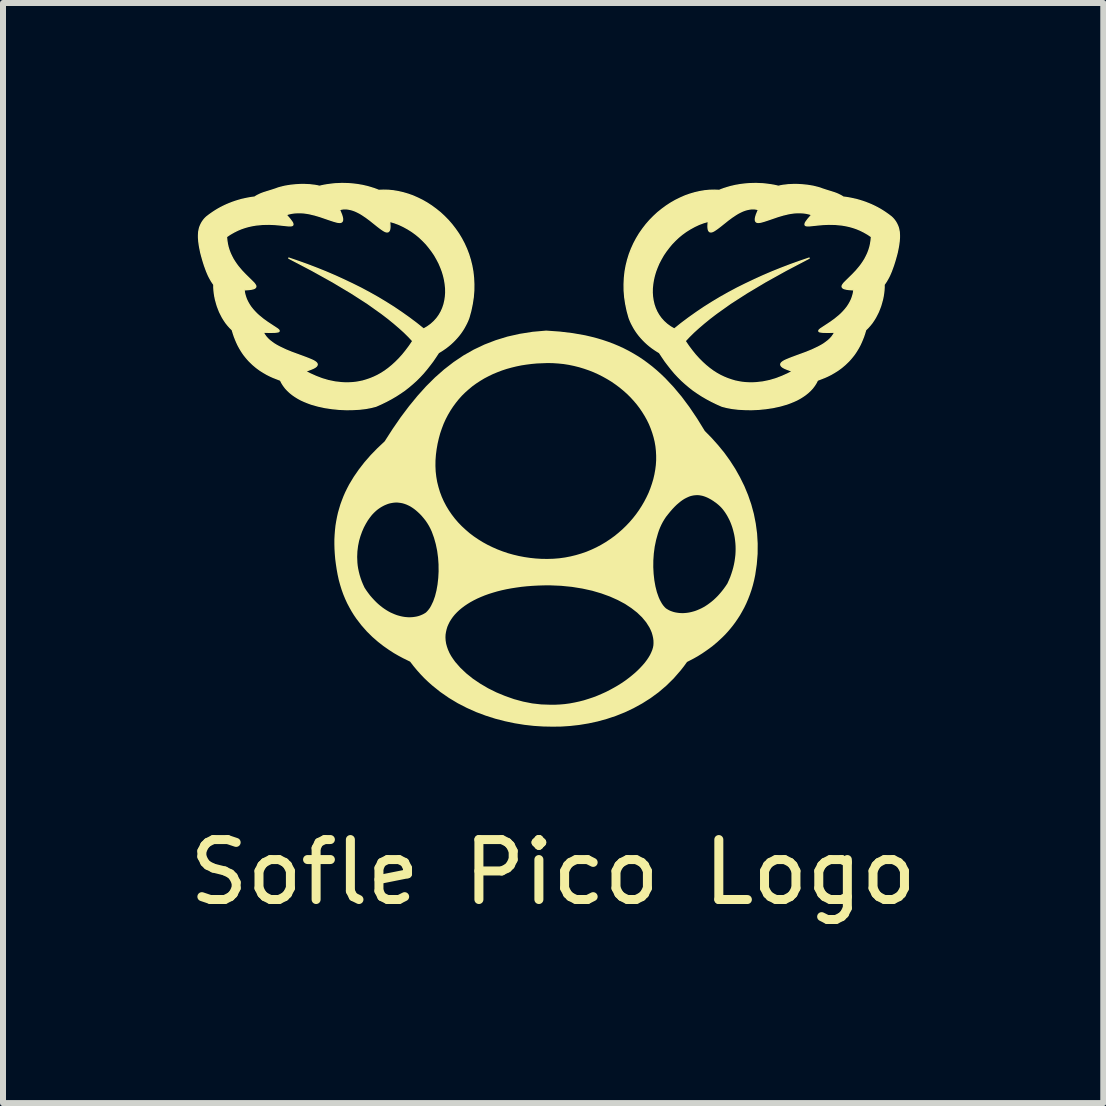
<source format=kicad_pcb>
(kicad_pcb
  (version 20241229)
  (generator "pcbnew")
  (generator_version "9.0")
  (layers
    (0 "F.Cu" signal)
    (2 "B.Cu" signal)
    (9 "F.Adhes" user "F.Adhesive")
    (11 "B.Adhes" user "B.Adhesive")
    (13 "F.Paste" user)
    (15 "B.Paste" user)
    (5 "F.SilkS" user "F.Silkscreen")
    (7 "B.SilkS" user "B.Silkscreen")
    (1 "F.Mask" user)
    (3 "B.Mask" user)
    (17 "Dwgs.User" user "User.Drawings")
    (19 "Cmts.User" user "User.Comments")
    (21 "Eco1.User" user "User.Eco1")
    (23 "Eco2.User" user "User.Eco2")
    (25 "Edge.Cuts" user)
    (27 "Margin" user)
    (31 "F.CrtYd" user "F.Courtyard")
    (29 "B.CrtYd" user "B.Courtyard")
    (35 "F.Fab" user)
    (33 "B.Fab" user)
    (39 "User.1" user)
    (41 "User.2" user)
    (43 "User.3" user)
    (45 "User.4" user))
  (footprint "Sofle Pico Logo"
    (layer "F.Cu")
    (at 6.103 4.533)
    (property "Reference" "Sofle Pico Logo" (at 0.07 6.96 0) (unlocked yes) (layer "F.SilkS") (effects (font (size 1 1) (thickness 0.15))))
    (fp_poly (pts (xy -3.387 -4.521) (xy -3.347 -4.52) (xy -3.307 -4.517) (xy -3.267 -4.514) (xy -3.228 -4.509) (xy -3.188 -4.504) (xy -3.148 -4.497) (xy -3.108 -4.49) (xy -3.069 -4.481) (xy -3.03 -4.472) (xy -2.991 -4.461) (xy -2.952 -4.449) (xy -2.914 -4.437) (xy -2.876 -4.423) (xy -2.839 -4.408) (xy -2.758 -4.411) (xy -2.676 -4.409) (xy -2.594 -4.401) (xy -2.512 -4.387) (xy -2.43 -4.368) (xy -2.348 -4.344) (xy -2.267 -4.315) (xy -2.188 -4.28) (xy -2.109 -4.241) (xy -2.032 -4.197) (xy -1.957 -4.148) (xy -1.885 -4.095) (xy -1.814 -4.038) (xy -1.747 -3.976) (xy -1.682 -3.91) (xy -1.621 -3.84) (xy -1.564 -3.766) (xy -1.51 -3.689) (xy -1.461 -3.608) (xy -1.416 -3.523) (xy -1.376 -3.435) (xy -1.341 -3.344) (xy -1.312 -3.25) (xy -1.288 -3.153) (xy -1.27 -3.053) (xy -1.259 -2.95) (xy -1.254 -2.845) (xy -1.255 -2.737) (xy -1.264 -2.627) (xy -1.281 -2.515) (xy -1.305 -2.4) (xy -1.337 -2.284) (xy -1.355 -2.238) (xy -1.375 -2.194) (xy -1.398 -2.15) (xy -1.422 -2.107) (xy -1.448 -2.066) (xy -1.476 -2.026) (xy -1.506 -1.987) (xy -1.538 -1.95) (xy -1.571 -1.914) (xy -1.606 -1.879) (xy -1.642 -1.846) (xy -1.68 -1.814) (xy -1.719 -1.784) (xy -1.759 -1.756) (xy -1.8 -1.729) (xy -1.842 -1.704) (xy -1.891 -1.63) (xy -1.94 -1.558) (xy -1.992 -1.49) (xy -2.044 -1.424) (xy -2.098 -1.36) (xy -2.155 -1.299) (xy -2.213 -1.241) (xy -2.275 -1.185) (xy -2.339 -1.131) (xy -2.405 -1.079) (xy -2.476 -1.03) (xy -2.55 -0.982) (xy -2.627 -0.937) (xy -2.709 -0.893) (xy -2.795 -0.851) (xy -2.885 -0.811) (xy -2.963 -0.791) (xy -3.053 -0.774) (xy -3.153 -0.762) (xy -3.261 -0.756) (xy -3.375 -0.754) (xy -3.494 -0.759) (xy -3.615 -0.771) (xy -3.736 -0.789) (xy -3.855 -0.815) (xy -3.97 -0.848) (xy -4.026 -0.869) (xy -4.08 -0.891) (xy -4.133 -0.915) (xy -4.183 -0.942) (xy -4.23 -0.971) (xy -4.275 -1.002) (xy -4.317 -1.036) (xy -4.356 -1.072) (xy -4.392 -1.111) (xy -4.424 -1.153) (xy -4.452 -1.197) (xy -4.476 -1.244) (xy -4.551 -1.273) (xy -4.597 -1.291) (xy -4.648 -1.314) (xy -4.702 -1.341) (xy -4.759 -1.374) (xy -4.818 -1.411) (xy -4.878 -1.455) (xy -4.937 -1.505) (xy -4.996 -1.562) (xy -5.025 -1.594) (xy -5.053 -1.627) (xy -5.081 -1.662) (xy -5.108 -1.7) (xy -5.133 -1.739) (xy -5.158 -1.781) (xy -5.182 -1.825) (xy -5.204 -1.872) (xy -5.225 -1.921) (xy -5.245 -1.972) (xy -5.263 -2.026) (xy -5.28 -2.083) (xy -5.316 -2.118) (xy -5.351 -2.157) (xy -5.384 -2.198) (xy -5.414 -2.242) (xy -5.442 -2.287) (xy -5.467 -2.335) (xy -5.491 -2.383) (xy -5.511 -2.433) (xy -5.53 -2.484) (xy -5.545 -2.536) (xy -5.559 -2.587) (xy -5.57 -2.639) (xy -5.578 -2.69) (xy -5.584 -2.74) (xy -5.587 -2.79) (xy -5.587 -2.838) (xy -5.607 -2.866) (xy -5.626 -2.895) (xy -5.644 -2.926) (xy -5.661 -2.957) (xy -5.677 -2.989) (xy -5.692 -3.023) (xy -5.706 -3.056) (xy -5.719 -3.091) (xy -5.744 -3.16) (xy -5.766 -3.23) (xy -5.786 -3.3) (xy -5.804 -3.367) (xy -5.812 -3.406) (xy -5.82 -3.445) (xy -5.827 -3.484) (xy -5.833 -3.524) (xy -5.838 -3.563) (xy -5.839 -3.583) (xy -5.841 -3.603) (xy -5.842 -3.623) (xy -5.842 -3.636) (xy -5.378 -3.636) (xy -5.372 -3.575) (xy -5.363 -3.516) (xy -5.35 -3.46) (xy -5.333 -3.406) (xy -5.313 -3.355) (xy -5.29 -3.307) (xy -5.266 -3.261) (xy -5.239 -3.218) (xy -5.211 -3.177) (xy -5.182 -3.138) (xy -5.122 -3.067) (xy -5.063 -3.005) (xy -5.008 -2.951) (xy -4.96 -2.904) (xy -4.921 -2.865) (xy -4.907 -2.847) (xy -4.897 -2.832) (xy -4.89 -2.818) (xy -4.888 -2.805) (xy -4.892 -2.794) (xy -4.9 -2.784) (xy -4.914 -2.775) (xy -4.934 -2.768) (xy -4.961 -2.762) (xy -4.995 -2.757) (xy -5.085 -2.75) (xy -5.077 -2.696) (xy -5.063 -2.644) (xy -5.046 -2.595) (xy -5.024 -2.549) (xy -4.999 -2.505) (xy -4.971 -2.463) (xy -4.94 -2.424) (xy -4.907 -2.387) (xy -4.873 -2.352) (xy -4.838 -2.32) (xy -4.766 -2.261) (xy -4.695 -2.21) (xy -4.63 -2.167) (xy -4.531 -2.102) (xy -4.515 -2.089) (xy -4.505 -2.079) (xy -4.5 -2.07) (xy -4.5 -2.062) (xy -4.506 -2.055) (xy -4.52 -2.05) (xy -4.54 -2.047) (xy -4.568 -2.044) (xy -4.649 -2.042) (xy -4.766 -2.045) (xy -4.746 -2.007) (xy -4.721 -1.971) (xy -4.691 -1.937) (xy -4.657 -1.905) (xy -4.618 -1.875) (xy -4.577 -1.846) (xy -4.533 -1.82) (xy -4.486 -1.795) (xy -4.389 -1.749) (xy -4.289 -1.708) (xy -4.098 -1.638) (xy -4.016 -1.607) (xy -3.947 -1.578) (xy -3.919 -1.564) (xy -3.897 -1.55) (xy -3.88 -1.536) (xy -3.869 -1.522) (xy -3.865 -1.508) (xy -3.868 -1.493) (xy -3.878 -1.478) (xy -3.897 -1.462) (xy -3.925 -1.446) (xy -3.962 -1.43) (xy -4.009 -1.412) (xy -4.066 -1.393) (xy -3.978 -1.348) (xy -3.884 -1.306) (xy -3.785 -1.268) (xy -3.68 -1.237) (xy -3.57 -1.214) (xy -3.457 -1.201) (xy -3.399 -1.198) (xy -3.34 -1.198) (xy -3.281 -1.201) (xy -3.222 -1.207) (xy -3.162 -1.217) (xy -3.101 -1.23) (xy -3.041 -1.248) (xy -2.98 -1.269) (xy -2.919 -1.294) (xy -2.858 -1.323) (xy -2.797 -1.357) (xy -2.736 -1.396) (xy -2.676 -1.44) (xy -2.616 -1.489) (xy -2.557 -1.543) (xy -2.498 -1.602) (xy -2.439 -1.667) (xy -2.382 -1.738) (xy -2.325 -1.814) (xy -2.269 -1.897) (xy -2.337 -1.97) (xy -2.412 -2.044) (xy -2.495 -2.119) (xy -2.585 -2.196) (xy -2.682 -2.275) (xy -2.788 -2.356) (xy -3.024 -2.524) (xy -3.296 -2.699) (xy -3.604 -2.883) (xy -3.951 -3.076) (xy -4.338 -3.279) (xy -4.18 -3.225) (xy -4.024 -3.169) (xy -3.87 -3.11) (xy -3.718 -3.049) (xy -3.569 -2.985) (xy -3.422 -2.918) (xy -3.277 -2.849) (xy -3.134 -2.778) (xy -2.994 -2.703) (xy -2.857 -2.626) (xy -2.722 -2.545) (xy -2.59 -2.462) (xy -2.461 -2.375) (xy -2.334 -2.285) (xy -2.211 -2.193) (xy -2.09 -2.096) (xy -2.025 -2.134) (xy -1.967 -2.176) (xy -1.915 -2.223) (xy -1.87 -2.273) (xy -1.831 -2.327) (xy -1.798 -2.384) (xy -1.771 -2.444) (xy -1.75 -2.506) (xy -1.735 -2.57) (xy -1.725 -2.636) (xy -1.72 -2.704) (xy -1.721 -2.773) (xy -1.728 -2.843) (xy -1.739 -2.913) (xy -1.755 -2.983) (xy -1.776 -3.054) (xy -1.802 -3.123) (xy -1.832 -3.193) (xy -1.867 -3.26) (xy -1.905 -3.327) (xy -1.949 -3.392) (xy -1.996 -3.454) (xy -2.046 -3.515) (xy -2.101 -3.572) (xy -2.159 -3.627) (xy -2.221 -3.678) (xy -2.286 -3.725) (xy -2.355 -3.768) (xy -2.426 -3.807) (xy -2.5 -3.842) (xy -2.578 -3.871) (xy -2.658 -3.894) (xy -2.654 -3.851) (xy -2.652 -3.814) (xy -2.653 -3.784) (xy -2.657 -3.759) (xy -2.663 -3.741) (xy -2.672 -3.728) (xy -2.682 -3.72) (xy -2.695 -3.717) (xy -2.71 -3.718) (xy -2.727 -3.723) (xy -2.746 -3.732) (xy -2.766 -3.744) (xy -2.812 -3.776) (xy -2.864 -3.816) (xy -2.984 -3.912) (xy -3.05 -3.961) (xy -3.119 -4.007) (xy -3.154 -4.028) (xy -3.191 -4.047) (xy -3.227 -4.064) (xy -3.264 -4.078) (xy -3.301 -4.089) (xy -3.339 -4.097) (xy -3.376 -4.102) (xy -3.414 -4.102) (xy -3.424 -4.102) (xy -3.434 -4.101) (xy -3.444 -4.099) (xy -3.454 -4.098) (xy -3.464 -4.096) (xy -3.474 -4.093) (xy -3.484 -4.091) (xy -3.494 -4.088) (xy -3.459 -4.003) (xy -3.449 -3.97) (xy -3.443 -3.943) (xy -3.442 -3.92) (xy -3.444 -3.903) (xy -3.451 -3.89) (xy -3.461 -3.881) (xy -3.475 -3.876) (xy -3.493 -3.875) (xy -3.514 -3.877) (xy -3.537 -3.881) (xy -3.593 -3.897) (xy -3.66 -3.919) (xy -3.817 -3.973) (xy -3.905 -3.999) (xy -3.997 -4.021) (xy -4.045 -4.029) (xy -4.093 -4.035) (xy -4.142 -4.038) (xy -4.19 -4.038) (xy -4.239 -4.035) (xy -4.288 -4.029) (xy -4.336 -4.018) (xy -4.384 -4.004) (xy -4.322 -3.932) (xy -4.284 -3.881) (xy -4.274 -3.862) (xy -4.27 -3.846) (xy -4.27 -3.835) (xy -4.276 -3.827) (xy -4.287 -3.821) (xy -4.303 -3.819) (xy -4.347 -3.819) (xy -4.482 -3.833) (xy -4.569 -3.841) (xy -4.666 -3.845) (xy -4.773 -3.843) (xy -4.887 -3.832) (xy -4.946 -3.822) (xy -5.006 -3.809) (xy -5.067 -3.792) (xy -5.129 -3.771) (xy -5.191 -3.745) (xy -5.253 -3.714) (xy -5.316 -3.678) (xy -5.378 -3.636) (xy -5.842 -3.636) (xy -5.842 -3.643) (xy -5.842 -3.663) (xy -5.841 -3.683) (xy -5.84 -3.703) (xy -5.838 -3.723) (xy -5.834 -3.743) (xy -5.83 -3.763) (xy -5.825 -3.783) (xy -5.819 -3.802) (xy -5.811 -3.821) (xy -5.803 -3.839) (xy -5.794 -3.857) (xy -5.784 -3.875) (xy -5.773 -3.892) (xy -5.761 -3.909) (xy -5.749 -3.924) (xy -5.735 -3.94) (xy -5.721 -3.954) (xy -5.706 -3.968) (xy -5.663 -4.001) (xy -5.618 -4.033) (xy -5.573 -4.063) (xy -5.526 -4.092) (xy -5.478 -4.119) (xy -5.429 -4.144) (xy -5.38 -4.167) (xy -5.33 -4.188) (xy -5.279 -4.208) (xy -5.227 -4.226) (xy -5.175 -4.242) (xy -5.122 -4.257) (xy -5.068 -4.269) (xy -5.015 -4.28) (xy -4.961 -4.289) (xy -4.907 -4.296) (xy -4.885 -4.31) (xy -4.863 -4.323) (xy -4.84 -4.334) (xy -4.818 -4.345) (xy -4.794 -4.355) (xy -4.771 -4.364) (xy -4.722 -4.38) (xy -4.622 -4.411) (xy -4.57 -4.428) (xy -4.544 -4.437) (xy -4.518 -4.447) (xy -4.479 -4.458) (xy -4.439 -4.468) (xy -4.397 -4.478) (xy -4.354 -4.485) (xy -4.31 -4.492) (xy -4.265 -4.497) (xy -4.219 -4.501) (xy -4.173 -4.504) (xy -4.128 -4.506) (xy -4.082 -4.506) (xy -4.037 -4.504) (xy -3.992 -4.502) (xy -3.949 -4.497) (xy -3.906 -4.492) (xy -3.865 -4.485) (xy -3.826 -4.476) (xy -3.783 -4.486) (xy -3.74 -4.495) (xy -3.696 -4.502) (xy -3.651 -4.508) (xy -3.606 -4.514) (xy -3.56 -4.518) (xy -3.513 -4.52) (xy -3.466 -4.522) (xy -3.427 -4.522)) (stroke (width 0.023) (type solid)) (fill yes) (layer "F.SilkS"))
    (fp_poly (pts (xy 3.466 -4.522) (xy 3.513 -4.52) (xy 3.56 -4.518) (xy 3.606 -4.514) (xy 3.651 -4.508) (xy 3.696 -4.502) (xy 3.74 -4.495) (xy 3.783 -4.486) (xy 3.826 -4.476) (xy 3.865 -4.485) (xy 3.906 -4.492) (xy 3.949 -4.497) (xy 3.992 -4.502) (xy 4.037 -4.504) (xy 4.082 -4.506) (xy 4.128 -4.506) (xy 4.173 -4.504) (xy 4.219 -4.501) (xy 4.265 -4.497) (xy 4.31 -4.492) (xy 4.354 -4.485) (xy 4.397 -4.478) (xy 4.439 -4.468) (xy 4.479 -4.458) (xy 4.518 -4.447) (xy 4.544 -4.437) (xy 4.57 -4.428) (xy 4.622 -4.411) (xy 4.722 -4.38) (xy 4.771 -4.364) (xy 4.794 -4.355) (xy 4.818 -4.345) (xy 4.84 -4.334) (xy 4.863 -4.323) (xy 4.885 -4.31) (xy 4.907 -4.296) (xy 4.961 -4.289) (xy 5.015 -4.28) (xy 5.068 -4.269) (xy 5.122 -4.257) (xy 5.175 -4.242) (xy 5.227 -4.226) (xy 5.279 -4.208) (xy 5.33 -4.188) (xy 5.38 -4.167) (xy 5.429 -4.144) (xy 5.478 -4.119) (xy 5.526 -4.092) (xy 5.573 -4.063) (xy 5.618 -4.033) (xy 5.663 -4.001) (xy 5.706 -3.968) (xy 5.721 -3.954) (xy 5.735 -3.94) (xy 5.749 -3.924) (xy 5.761 -3.909) (xy 5.773 -3.892) (xy 5.784 -3.875) (xy 5.794 -3.857) (xy 5.803 -3.839) (xy 5.811 -3.821) (xy 5.819 -3.802) (xy 5.825 -3.783) (xy 5.83 -3.763) (xy 5.834 -3.743) (xy 5.838 -3.723) (xy 5.84 -3.703) (xy 5.841 -3.683) (xy 5.842 -3.663) (xy 5.842 -3.643) (xy 5.842 -3.623) (xy 5.841 -3.603) (xy 5.839 -3.583) (xy 5.838 -3.563) (xy 5.833 -3.524) (xy 5.827 -3.484) (xy 5.82 -3.445) (xy 5.812 -3.406) (xy 5.804 -3.367) (xy 5.786 -3.3) (xy 5.766 -3.23) (xy 5.744 -3.16) (xy 5.719 -3.091) (xy 5.706 -3.056) (xy 5.692 -3.023) (xy 5.677 -2.989) (xy 5.661 -2.957) (xy 5.644 -2.926) (xy 5.626 -2.895) (xy 5.607 -2.866) (xy 5.587 -2.838) (xy 5.587 -2.79) (xy 5.584 -2.74) (xy 5.578 -2.69) (xy 5.57 -2.639) (xy 5.559 -2.587) (xy 5.545 -2.536) (xy 5.53 -2.484) (xy 5.511 -2.433) (xy 5.491 -2.383) (xy 5.467 -2.335) (xy 5.442 -2.287) (xy 5.414 -2.242) (xy 5.384 -2.198) (xy 5.351 -2.157) (xy 5.316 -2.118) (xy 5.28 -2.083) (xy 5.263 -2.026) (xy 5.245 -1.972) (xy 5.225 -1.921) (xy 5.204 -1.872) (xy 5.182 -1.825) (xy 5.158 -1.781) (xy 5.133 -1.739) (xy 5.108 -1.7) (xy 5.081 -1.662) (xy 5.053 -1.627) (xy 5.025 -1.594) (xy 4.996 -1.562) (xy 4.937 -1.505) (xy 4.878 -1.455) (xy 4.818 -1.411) (xy 4.759 -1.374) (xy 4.702 -1.341) (xy 4.648 -1.314) (xy 4.597 -1.291) (xy 4.551 -1.273) (xy 4.476 -1.244) (xy 4.452 -1.197) (xy 4.424 -1.153) (xy 4.392 -1.111) (xy 4.356 -1.072) (xy 4.317 -1.036) (xy 4.275 -1.002) (xy 4.23 -0.971) (xy 4.183 -0.942) (xy 4.133 -0.915) (xy 4.08 -0.891) (xy 4.026 -0.869) (xy 3.97 -0.848) (xy 3.855 -0.815) (xy 3.736 -0.789) (xy 3.615 -0.771) (xy 3.494 -0.759) (xy 3.375 -0.754) (xy 3.261 -0.756) (xy 3.153 -0.762) (xy 3.053 -0.774) (xy 2.963 -0.791) (xy 2.885 -0.811) (xy 2.795 -0.851) (xy 2.709 -0.893) (xy 2.627 -0.937) (xy 2.55 -0.982) (xy 2.476 -1.03) (xy 2.405 -1.079) (xy 2.339 -1.131) (xy 2.275 -1.185) (xy 2.213 -1.241) (xy 2.155 -1.299) (xy 2.098 -1.36) (xy 2.044 -1.424) (xy 1.992 -1.49) (xy 1.94 -1.558) (xy 1.891 -1.63) (xy 1.842 -1.704) (xy 1.8 -1.729) (xy 1.759 -1.756) (xy 1.719 -1.784) (xy 1.68 -1.814) (xy 1.642 -1.846) (xy 1.606 -1.879) (xy 1.571 -1.914) (xy 1.538 -1.95) (xy 1.506 -1.987) (xy 1.476 -2.026) (xy 1.448 -2.066) (xy 1.422 -2.107) (xy 1.398 -2.15) (xy 1.375 -2.194) (xy 1.355 -2.238) (xy 1.337 -2.284) (xy 1.305 -2.4) (xy 1.281 -2.515) (xy 1.264 -2.627) (xy 1.258 -2.704) (xy 1.72 -2.704) (xy 1.725 -2.636) (xy 1.735 -2.57) (xy 1.75 -2.506) (xy 1.771 -2.444) (xy 1.798 -2.384) (xy 1.831 -2.327) (xy 1.87 -2.273) (xy 1.915 -2.223) (xy 1.967 -2.176) (xy 2.025 -2.134) (xy 2.09 -2.096) (xy 2.211 -2.193) (xy 2.334 -2.285) (xy 2.461 -2.375) (xy 2.59 -2.462) (xy 2.722 -2.545) (xy 2.857 -2.626) (xy 2.994 -2.703) (xy 3.134 -2.778) (xy 3.277 -2.849) (xy 3.422 -2.918) (xy 3.569 -2.985) (xy 3.718 -3.049) (xy 3.87 -3.11) (xy 4.024 -3.169) (xy 4.18 -3.225) (xy 4.338 -3.279) (xy 3.951 -3.076) (xy 3.604 -2.883) (xy 3.296 -2.699) (xy 3.024 -2.524) (xy 2.788 -2.356) (xy 2.682 -2.275) (xy 2.585 -2.196) (xy 2.495 -2.119) (xy 2.412 -2.044) (xy 2.337 -1.97) (xy 2.269 -1.897) (xy 2.325 -1.814) (xy 2.382 -1.738) (xy 2.439 -1.667) (xy 2.498 -1.602) (xy 2.557 -1.543) (xy 2.616 -1.489) (xy 2.676 -1.44) (xy 2.736 -1.396) (xy 2.797 -1.357) (xy 2.858 -1.323) (xy 2.919 -1.294) (xy 2.98 -1.269) (xy 3.041 -1.248) (xy 3.101 -1.23) (xy 3.162 -1.217) (xy 3.222 -1.207) (xy 3.281 -1.201) (xy 3.34 -1.198) (xy 3.399 -1.198) (xy 3.457 -1.201) (xy 3.57 -1.214) (xy 3.68 -1.237) (xy 3.785 -1.268) (xy 3.884 -1.306) (xy 3.978 -1.348) (xy 4.066 -1.393) (xy 4.009 -1.412) (xy 3.962 -1.43) (xy 3.925 -1.446) (xy 3.897 -1.462) (xy 3.878 -1.478) (xy 3.868 -1.493) (xy 3.865 -1.508) (xy 3.869 -1.522) (xy 3.88 -1.536) (xy 3.897 -1.55) (xy 3.919 -1.564) (xy 3.947 -1.578) (xy 4.016 -1.607) (xy 4.098 -1.638) (xy 4.289 -1.708) (xy 4.389 -1.749) (xy 4.486 -1.795) (xy 4.533 -1.82) (xy 4.577 -1.846) (xy 4.618 -1.875) (xy 4.657 -1.905) (xy 4.691 -1.937) (xy 4.721 -1.971) (xy 4.746 -2.007) (xy 4.766 -2.045) (xy 4.649 -2.042) (xy 4.568 -2.044) (xy 4.54 -2.047) (xy 4.52 -2.05) (xy 4.506 -2.055) (xy 4.5 -2.062) (xy 4.5 -2.07) (xy 4.505 -2.079) (xy 4.515 -2.089) (xy 4.531 -2.102) (xy 4.63 -2.167) (xy 4.695 -2.21) (xy 4.766 -2.261) (xy 4.838 -2.32) (xy 4.873 -2.352) (xy 4.907 -2.387) (xy 4.94 -2.424) (xy 4.971 -2.463) (xy 4.999 -2.505) (xy 5.024 -2.549) (xy 5.046 -2.595) (xy 5.063 -2.644) (xy 5.077 -2.696) (xy 5.085 -2.75) (xy 4.995 -2.757) (xy 4.961 -2.762) (xy 4.934 -2.768) (xy 4.914 -2.775) (xy 4.9 -2.784) (xy 4.892 -2.794) (xy 4.888 -2.805) (xy 4.89 -2.818) (xy 4.897 -2.832) (xy 4.907 -2.847) (xy 4.921 -2.865) (xy 4.96 -2.904) (xy 5.008 -2.951) (xy 5.063 -3.005) (xy 5.122 -3.067) (xy 5.182 -3.138) (xy 5.211 -3.177) (xy 5.239 -3.218) (xy 5.266 -3.261) (xy 5.29 -3.307) (xy 5.313 -3.355) (xy 5.333 -3.406) (xy 5.35 -3.46) (xy 5.363 -3.516) (xy 5.372 -3.575) (xy 5.378 -3.636) (xy 5.316 -3.678) (xy 5.253 -3.714) (xy 5.191 -3.745) (xy 5.129 -3.771) (xy 5.067 -3.792) (xy 5.006 -3.809) (xy 4.946 -3.822) (xy 4.887 -3.832) (xy 4.773 -3.843) (xy 4.666 -3.845) (xy 4.569 -3.841) (xy 4.482 -3.833) (xy 4.347 -3.819) (xy 4.303 -3.819) (xy 4.287 -3.821) (xy 4.276 -3.827) (xy 4.27 -3.835) (xy 4.27 -3.846) (xy 4.274 -3.862) (xy 4.284 -3.881) (xy 4.322 -3.932) (xy 4.384 -4.004) (xy 4.336 -4.018) (xy 4.288 -4.029) (xy 4.239 -4.035) (xy 4.19 -4.038) (xy 4.142 -4.038) (xy 4.093 -4.035) (xy 4.045 -4.029) (xy 3.997 -4.021) (xy 3.905 -3.999) (xy 3.817 -3.973) (xy 3.66 -3.919) (xy 3.593 -3.897) (xy 3.537 -3.881) (xy 3.514 -3.877) (xy 3.493 -3.875) (xy 3.475 -3.876) (xy 3.461 -3.881) (xy 3.451 -3.89) (xy 3.444 -3.903) (xy 3.442 -3.92) (xy 3.443 -3.943) (xy 3.449 -3.97) (xy 3.459 -4.003) (xy 3.494 -4.088) (xy 3.484 -4.091) (xy 3.474 -4.093) (xy 3.464 -4.096) (xy 3.454 -4.098) (xy 3.444 -4.099) (xy 3.434 -4.101) (xy 3.424 -4.102) (xy 3.414 -4.102) (xy 3.376 -4.102) (xy 3.339 -4.097) (xy 3.301 -4.089) (xy 3.264 -4.078) (xy 3.227 -4.064) (xy 3.191 -4.047) (xy 3.154 -4.028) (xy 3.119 -4.007) (xy 3.05 -3.961) (xy 2.984 -3.912) (xy 2.864 -3.816) (xy 2.812 -3.776) (xy 2.766 -3.744) (xy 2.746 -3.732) (xy 2.727 -3.723) (xy 2.71 -3.718) (xy 2.695 -3.717) (xy 2.682 -3.72) (xy 2.672 -3.728) (xy 2.663 -3.741) (xy 2.657 -3.759) (xy 2.653 -3.784) (xy 2.652 -3.814) (xy 2.654 -3.851) (xy 2.658 -3.894) (xy 2.578 -3.871) (xy 2.5 -3.842) (xy 2.426 -3.807) (xy 2.355 -3.768) (xy 2.286 -3.725) (xy 2.221 -3.678) (xy 2.159 -3.627) (xy 2.101 -3.572) (xy 2.046 -3.515) (xy 1.996 -3.454) (xy 1.949 -3.392) (xy 1.905 -3.327) (xy 1.867 -3.26) (xy 1.832 -3.193) (xy 1.802 -3.123) (xy 1.776 -3.054) (xy 1.755 -2.983) (xy 1.739 -2.913) (xy 1.728 -2.843) (xy 1.721 -2.773) (xy 1.72 -2.704) (xy 1.258 -2.704) (xy 1.255 -2.737) (xy 1.254 -2.845) (xy 1.259 -2.95) (xy 1.27 -3.053) (xy 1.288 -3.153) (xy 1.312 -3.25) (xy 1.341 -3.344) (xy 1.376 -3.435) (xy 1.416 -3.523) (xy 1.461 -3.608) (xy 1.51 -3.689) (xy 1.564 -3.766) (xy 1.621 -3.84) (xy 1.682 -3.91) (xy 1.747 -3.976) (xy 1.814 -4.038) (xy 1.885 -4.095) (xy 1.957 -4.148) (xy 2.032 -4.197) (xy 2.109 -4.241) (xy 2.188 -4.28) (xy 2.267 -4.315) (xy 2.348 -4.344) (xy 2.43 -4.368) (xy 2.512 -4.387) (xy 2.594 -4.401) (xy 2.676 -4.409) (xy 2.758 -4.411) (xy 2.839 -4.408) (xy 2.876 -4.423) (xy 2.914 -4.437) (xy 2.952 -4.449) (xy 2.991 -4.461) (xy 3.03 -4.472) (xy 3.069 -4.481) (xy 3.108 -4.49) (xy 3.148 -4.497) (xy 3.188 -4.504) (xy 3.228 -4.509) (xy 3.267 -4.514) (xy 3.307 -4.517) (xy 3.347 -4.52) (xy 3.387 -4.521) (xy 3.427 -4.522)) (stroke (width 0.023) (type solid)) (fill yes) (layer "F.SilkS"))
    (fp_poly (pts (xy -0.047 -2.071) (xy 0.18 -2.055) (xy 0.396 -2.029) (xy 0.601 -1.993) (xy 0.7 -1.97) (xy 0.797 -1.945) (xy 0.891 -1.917) (xy 0.983 -1.886) (xy 1.072 -1.853) (xy 1.16 -1.816) (xy 1.245 -1.777) (xy 1.329 -1.734) (xy 1.411 -1.688) (xy 1.491 -1.64) (xy 1.569 -1.588) (xy 1.646 -1.532) (xy 1.721 -1.474) (xy 1.795 -1.412) (xy 1.867 -1.347) (xy 1.938 -1.279) (xy 2.077 -1.131) (xy 2.212 -0.97) (xy 2.343 -0.794) (xy 2.471 -0.604) (xy 2.598 -0.398) (xy 2.712 -0.282) (xy 2.821 -0.16) (xy 2.924 -0.034) (xy 3.019 0.098) (xy 3.107 0.235) (xy 3.186 0.376) (xy 3.258 0.522) (xy 3.32 0.672) (xy 3.373 0.826) (xy 3.416 0.984) (xy 3.448 1.146) (xy 3.47 1.311) (xy 3.48 1.479) (xy 3.479 1.651) (xy 3.465 1.825) (xy 3.439 2.003) (xy 3.421 2.09) (xy 3.4 2.174) (xy 3.376 2.255) (xy 3.349 2.333) (xy 3.32 2.408) (xy 3.289 2.48) (xy 3.256 2.548) (xy 3.22 2.614) (xy 3.184 2.677) (xy 3.145 2.737) (xy 3.106 2.794) (xy 3.065 2.849) (xy 3.023 2.901) (xy 2.981 2.95) (xy 2.938 2.997) (xy 2.894 3.041) (xy 2.807 3.122) (xy 2.721 3.194) (xy 2.636 3.256) (xy 2.556 3.311) (xy 2.481 3.358) (xy 2.412 3.397) (xy 2.302 3.454) (xy 2.249 3.527) (xy 2.194 3.597) (xy 2.079 3.729) (xy 1.957 3.849) (xy 1.828 3.959) (xy 1.693 4.058) (xy 1.554 4.146) (xy 1.41 4.225) (xy 1.264 4.294) (xy 1.114 4.354) (xy 0.963 4.404) (xy 0.811 4.446) (xy 0.658 4.479) (xy 0.506 4.504) (xy 0.355 4.521) (xy 0.206 4.531) (xy 0.06 4.533) (xy -0.094 4.53) (xy -0.251 4.52) (xy -0.411 4.502) (xy -0.572 4.476) (xy -0.733 4.442) (xy -0.895 4.4) (xy -1.055 4.349) (xy -1.213 4.29) (xy -1.369 4.22) (xy -1.521 4.142) (xy -1.669 4.053) (xy -1.812 3.954) (xy -1.949 3.844) (xy -2.015 3.785) (xy -2.079 3.724) (xy -2.141 3.659) (xy -2.201 3.592) (xy -2.259 3.522) (xy -2.315 3.449) (xy -2.433 3.391) (xy -2.506 3.352) (xy -2.586 3.306) (xy -2.671 3.251) (xy -2.761 3.188) (xy -2.852 3.117) (xy -2.937 3.043) (xy -1.726 3.043) (xy -1.723 3.095) (xy -1.715 3.147) (xy -1.701 3.199) (xy -1.683 3.25) (xy -1.66 3.302) (xy -1.632 3.353) (xy -1.599 3.403) (xy -1.563 3.453) (xy -1.478 3.55) (xy -1.379 3.644) (xy -1.268 3.733) (xy -1.145 3.816) (xy -1.014 3.893) (xy -0.875 3.962) (xy -0.73 4.022) (xy -0.582 4.074) (xy -0.431 4.115) (xy -0.279 4.145) (xy -0.128 4.162) (xy 0.02 4.167) (xy 0.102 4.167) (xy 0.184 4.163) (xy 0.265 4.156) (xy 0.346 4.145) (xy 0.426 4.13) (xy 0.505 4.113) (xy 0.583 4.093) (xy 0.659 4.069) (xy 0.735 4.044) (xy 0.808 4.016) (xy 0.88 3.985) (xy 0.951 3.953) (xy 1.019 3.918) (xy 1.085 3.882) (xy 1.149 3.845) (xy 1.211 3.806) (xy 1.27 3.766) (xy 1.326 3.724) (xy 1.379 3.682) (xy 1.429 3.64) (xy 1.477 3.596) (xy 1.52 3.553) (xy 1.561 3.509) (xy 1.598 3.466) (xy 1.631 3.422) (xy 1.66 3.379) (xy 1.685 3.337) (xy 1.705 3.295) (xy 1.722 3.254) (xy 1.734 3.214) (xy 1.741 3.176) (xy 1.743 3.139) (xy 1.742 3.095) (xy 1.736 3.051) (xy 1.726 3.007) (xy 1.713 2.963) (xy 1.695 2.92) (xy 1.674 2.877) (xy 1.62 2.792) (xy 1.552 2.71) (xy 1.47 2.631) (xy 1.375 2.557) (xy 1.268 2.486) (xy 1.148 2.422) (xy 1.016 2.363) (xy 0.873 2.311) (xy 0.72 2.266) (xy 0.556 2.23) (xy 0.383 2.202) (xy 0.201 2.184) (xy 0.01 2.176) (xy -0.088 2.177) (xy -0.183 2.18) (xy -0.277 2.185) (xy -0.368 2.192) (xy -0.456 2.201) (xy -0.542 2.213) (xy -0.626 2.226) (xy -0.707 2.241) (xy -0.785 2.258) (xy -0.861 2.277) (xy -0.933 2.298) (xy -1.003 2.32) (xy -1.07 2.344) (xy -1.134 2.37) (xy -1.195 2.397) (xy -1.253 2.426) (xy -1.308 2.456) (xy -1.36 2.488) (xy -1.409 2.521) (xy -1.454 2.555) (xy -1.496 2.59) (xy -1.535 2.627) (xy -1.57 2.664) (xy -1.602 2.703) (xy -1.63 2.743) (xy -1.655 2.783) (xy -1.676 2.825) (xy -1.694 2.867) (xy -1.707 2.91) (xy -1.717 2.954) (xy -1.724 2.998) (xy -1.726 3.043) (xy -2.937 3.043) (xy -2.945 3.036) (xy -3.037 2.945) (xy -3.126 2.844) (xy -3.212 2.732) (xy -3.253 2.672) (xy -3.292 2.609) (xy -3.329 2.543) (xy -3.365 2.475) (xy -3.398 2.403) (xy -3.429 2.328) (xy -3.457 2.25) (xy -3.482 2.169) (xy -3.505 2.085) (xy -3.524 1.997) (xy -3.54 1.909) (xy -3.553 1.822) (xy -3.564 1.737) (xy -3.567 1.702) (xy -3.198 1.702) (xy -3.194 1.799) (xy -3.189 1.848) (xy -3.181 1.899) (xy -3.17 1.95) (xy -3.157 2.002) (xy -3.141 2.054) (xy -3.122 2.108) (xy -3.1 2.161) (xy -3.075 2.215) (xy -3.045 2.261) (xy -3.014 2.304) (xy -2.983 2.345) (xy -2.95 2.383) (xy -2.917 2.419) (xy -2.884 2.453) (xy -2.85 2.485) (xy -2.816 2.514) (xy -2.782 2.541) (xy -2.747 2.566) (xy -2.712 2.589) (xy -2.677 2.61) (xy -2.642 2.629) (xy -2.606 2.645) (xy -2.571 2.66) (xy -2.536 2.673) (xy -2.502 2.683) (xy -2.467 2.692) (xy -2.433 2.699) (xy -2.4 2.704) (xy -2.366 2.707) (xy -2.334 2.709) (xy -2.302 2.708) (xy -2.27 2.706) (xy -2.24 2.702) (xy -2.21 2.697) (xy -2.181 2.69) (xy -2.153 2.681) (xy -2.126 2.67) (xy -2.101 2.659) (xy -2.076 2.645) (xy -2.052 2.63) (xy -2.029 2.607) (xy -2.007 2.581) (xy -1.985 2.551) (xy -1.966 2.518) (xy -1.93 2.443) (xy -1.9 2.358) (xy -1.876 2.263) (xy -1.858 2.162) (xy -1.846 2.054) (xy -1.84 1.943) (xy -1.841 1.874) (xy 1.739 1.874) (xy 1.745 1.985) (xy 1.757 2.093) (xy 1.775 2.194) (xy 1.799 2.289) (xy 1.829 2.374) (xy 1.846 2.413) (xy 1.865 2.449) (xy 1.884 2.482) (xy 1.905 2.512) (xy 1.928 2.539) (xy 1.951 2.561) (xy 1.975 2.576) (xy 1.999 2.59) (xy 2.025 2.602) (xy 2.052 2.612) (xy 2.08 2.621) (xy 2.109 2.628) (xy 2.139 2.633) (xy 2.169 2.637) (xy 2.201 2.639) (xy 2.233 2.64) (xy 2.265 2.638) (xy 2.298 2.635) (xy 2.332 2.63) (xy 2.366 2.623) (xy 2.401 2.614) (xy 2.435 2.604) (xy 2.47 2.591) (xy 2.505 2.576) (xy 2.54 2.56) (xy 2.576 2.541) (xy 2.611 2.52) (xy 2.646 2.497) (xy 2.68 2.472) (xy 2.715 2.445) (xy 2.749 2.416) (xy 2.783 2.384) (xy 2.816 2.351) (xy 2.849 2.314) (xy 2.881 2.276) (xy 2.913 2.235) (xy 2.944 2.192) (xy 2.974 2.147) (xy 2.999 2.092) (xy 3.022 2.038) (xy 3.041 1.984) (xy 3.058 1.931) (xy 3.073 1.877) (xy 3.085 1.825) (xy 3.095 1.772) (xy 3.102 1.721) (xy 3.108 1.67) (xy 3.111 1.619) (xy 3.112 1.57) (xy 3.111 1.521) (xy 3.108 1.473) (xy 3.103 1.426) (xy 3.097 1.38) (xy 3.089 1.335) (xy 3.079 1.292) (xy 3.068 1.249) (xy 3.056 1.208) (xy 3.042 1.168) (xy 3.027 1.129) (xy 3.011 1.092) (xy 2.993 1.057) (xy 2.975 1.023) (xy 2.956 0.991) (xy 2.936 0.96) (xy 2.915 0.931) (xy 2.894 0.904) (xy 2.872 0.879) (xy 2.849 0.856) (xy 2.826 0.835) (xy 2.803 0.816) (xy 2.783 0.8) (xy 2.762 0.786) (xy 2.742 0.771) (xy 2.721 0.758) (xy 2.701 0.745) (xy 2.68 0.734) (xy 2.66 0.723) (xy 2.639 0.713) (xy 2.618 0.704) (xy 2.597 0.696) (xy 2.576 0.689) (xy 2.555 0.683) (xy 2.534 0.679) (xy 2.512 0.675) (xy 2.49 0.673) (xy 2.469 0.672) (xy 2.469 0.672) (xy 2.44 0.674) (xy 2.411 0.677) (xy 2.382 0.683) (xy 2.352 0.691) (xy 2.322 0.703) (xy 2.292 0.717) (xy 2.261 0.733) (xy 2.229 0.753) (xy 2.197 0.776) (xy 2.164 0.803) (xy 2.13 0.832) (xy 2.096 0.865) (xy 2.061 0.902) (xy 2.026 0.942) (xy 1.99 0.986) (xy 1.952 1.034) (xy 1.925 1.075) (xy 1.899 1.118) (xy 1.875 1.164) (xy 1.853 1.212) (xy 1.833 1.262) (xy 1.816 1.314) (xy 1.786 1.421) (xy 1.763 1.532) (xy 1.748 1.646) (xy 1.74 1.76) (xy 1.739 1.874) (xy -1.841 1.874) (xy -1.841 1.829) (xy -1.849 1.715) (xy -1.864 1.601) (xy -1.887 1.49) (xy -1.917 1.383) (xy -1.954 1.281) (xy -1.976 1.233) (xy -2 1.187) (xy -2.026 1.144) (xy -2.054 1.102) (xy -2.087 1.06) (xy -2.12 1.021) (xy -2.153 0.986) (xy -2.186 0.955) (xy -2.219 0.926) (xy -2.251 0.901) (xy -2.283 0.879) (xy -2.315 0.859) (xy -2.347 0.843) (xy -2.378 0.829) (xy -2.409 0.818) (xy -2.439 0.809) (xy -2.469 0.803) (xy -2.499 0.799) (xy -2.528 0.796) (xy -2.557 0.796) (xy -2.557 0.796) (xy -2.571 0.797) (xy -2.585 0.798) (xy -2.598 0.8) (xy -2.612 0.802) (xy -2.639 0.807) (xy -2.665 0.813) (xy -2.69 0.821) (xy -2.715 0.831) (xy -2.739 0.841) (xy -2.763 0.853) (xy -2.785 0.865) (xy -2.807 0.878) (xy -2.828 0.892) (xy -2.848 0.906) (xy -2.867 0.921) (xy -2.885 0.936) (xy -2.902 0.952) (xy -2.918 0.967) (xy -2.951 1.002) (xy -2.984 1.044) (xy -3.019 1.093) (xy -3.053 1.15) (xy -3.086 1.212) (xy -3.116 1.281) (xy -3.143 1.356) (xy -3.166 1.435) (xy -3.183 1.52) (xy -3.194 1.609) (xy -3.198 1.702) (xy -3.567 1.702) (xy -3.571 1.653) (xy -3.576 1.571) (xy -3.578 1.491) (xy -3.578 1.412) (xy -3.574 1.334) (xy -3.568 1.257) (xy -3.56 1.182) (xy -3.548 1.108) (xy -3.534 1.035) (xy -3.518 0.964) (xy -3.498 0.894) (xy -3.477 0.824) (xy -3.452 0.756) (xy -3.426 0.689) (xy -3.397 0.623) (xy -3.365 0.558) (xy -3.331 0.493) (xy -3.255 0.367) (xy -3.17 0.244) (xy -3.125 0.186) (xy -1.893 0.186) (xy -1.889 0.277) (xy -1.879 0.365) (xy -1.864 0.452) (xy -1.843 0.536) (xy -1.818 0.619) (xy -1.788 0.699) (xy -1.753 0.777) (xy -1.713 0.853) (xy -1.669 0.926) (xy -1.621 0.996) (xy -1.569 1.064) (xy -1.513 1.129) (xy -1.453 1.191) (xy -1.389 1.25) (xy -1.323 1.307) (xy -1.253 1.36) (xy -1.179 1.41) (xy -1.103 1.457) (xy -1.025 1.5) (xy -0.943 1.54) (xy -0.859 1.577) (xy -0.773 1.61) (xy -0.685 1.64) (xy -0.595 1.665) (xy -0.503 1.687) (xy -0.409 1.705) (xy -0.314 1.719) (xy -0.218 1.729) (xy -0.12 1.735) (xy -0.022 1.736) (xy 0.076 1.733) (xy 0.173 1.725) (xy 0.267 1.712) (xy 0.36 1.694) (xy 0.45 1.672) (xy 0.538 1.646) (xy 0.625 1.616) (xy 0.709 1.581) (xy 0.79 1.543) (xy 0.869 1.501) (xy 0.945 1.456) (xy 1.019 1.407) (xy 1.09 1.356) (xy 1.158 1.301) (xy 1.223 1.244) (xy 1.285 1.184) (xy 1.344 1.122) (xy 1.4 1.057) (xy 1.452 0.991) (xy 1.501 0.922) (xy 1.546 0.852) (xy 1.588 0.78) (xy 1.626 0.707) (xy 1.661 0.633) (xy 1.691 0.557) (xy 1.717 0.481) (xy 1.74 0.404) (xy 1.758 0.326) (xy 1.772 0.248) (xy 1.782 0.17) (xy 1.787 0.092) (xy 1.787 0.014) (xy 1.783 -0.064) (xy 1.775 -0.14) (xy 1.762 -0.216) (xy 1.744 -0.291) (xy 1.722 -0.365) (xy 1.696 -0.438) (xy 1.667 -0.509) (xy 1.633 -0.579) (xy 1.595 -0.647) (xy 1.554 -0.713) (xy 1.51 -0.778) (xy 1.462 -0.841) (xy 1.41 -0.902) (xy 1.356 -0.961) (xy 1.299 -1.017) (xy 1.238 -1.071) (xy 1.175 -1.123) (xy 1.109 -1.172) (xy 1.041 -1.219) (xy 0.97 -1.262) (xy 0.897 -1.303) (xy 0.822 -1.341) (xy 0.745 -1.376) (xy 0.666 -1.407) (xy 0.585 -1.435) (xy 0.503 -1.46) (xy 0.419 -1.481) (xy 0.333 -1.499) (xy 0.246 -1.513) (xy 0.158 -1.522) (xy 0.069 -1.528) (xy -0.021 -1.53) (xy -0.2 -1.523) (xy -0.287 -1.515) (xy -0.374 -1.504) (xy -0.459 -1.491) (xy -0.542 -1.474) (xy -0.624 -1.454) (xy -0.704 -1.432) (xy -0.783 -1.406) (xy -0.859 -1.377) (xy -0.934 -1.346) (xy -1.006 -1.311) (xy -1.077 -1.274) (xy -1.145 -1.233) (xy -1.211 -1.19) (xy -1.275 -1.144) (xy -1.335 -1.094) (xy -1.394 -1.042) (xy -1.45 -0.987) (xy -1.502 -0.929) (xy -1.552 -0.867) (xy -1.599 -0.803) (xy -1.643 -0.736) (xy -1.684 -0.666) (xy -1.722 -0.593) (xy -1.756 -0.518) (xy -1.786 -0.439) (xy -1.814 -0.357) (xy -1.837 -0.272) (xy -1.857 -0.185) (xy -1.873 -0.094) (xy -1.885 -0.001) (xy -1.892 0.094) (xy -1.893 0.186) (xy -3.125 0.186) (xy -3.076 0.123) (xy -2.973 0.005) (xy -2.861 -0.11) (xy -2.74 -0.224) (xy -2.606 -0.432) (xy -2.471 -0.628) (xy -2.333 -0.811) (xy -2.192 -0.983) (xy -2.049 -1.142) (xy -1.9 -1.29) (xy -1.748 -1.424) (xy -1.589 -1.547) (xy -1.425 -1.657) (xy -1.254 -1.754) (xy -1.075 -1.839) (xy -0.888 -1.911) (xy -0.693 -1.971) (xy -0.488 -2.017) (xy -0.273 -2.051) (xy -0.047 -2.071)) (stroke (width 0) (type solid)) (fill yes) (layer "F.SilkS")))
  (gr_rect
    (start -3 -3)
    (end 15.345 15.342)
    (stroke (width 0.1) (type default))
    (fill no)
    (layer "Edge.Cuts")))
</source>
